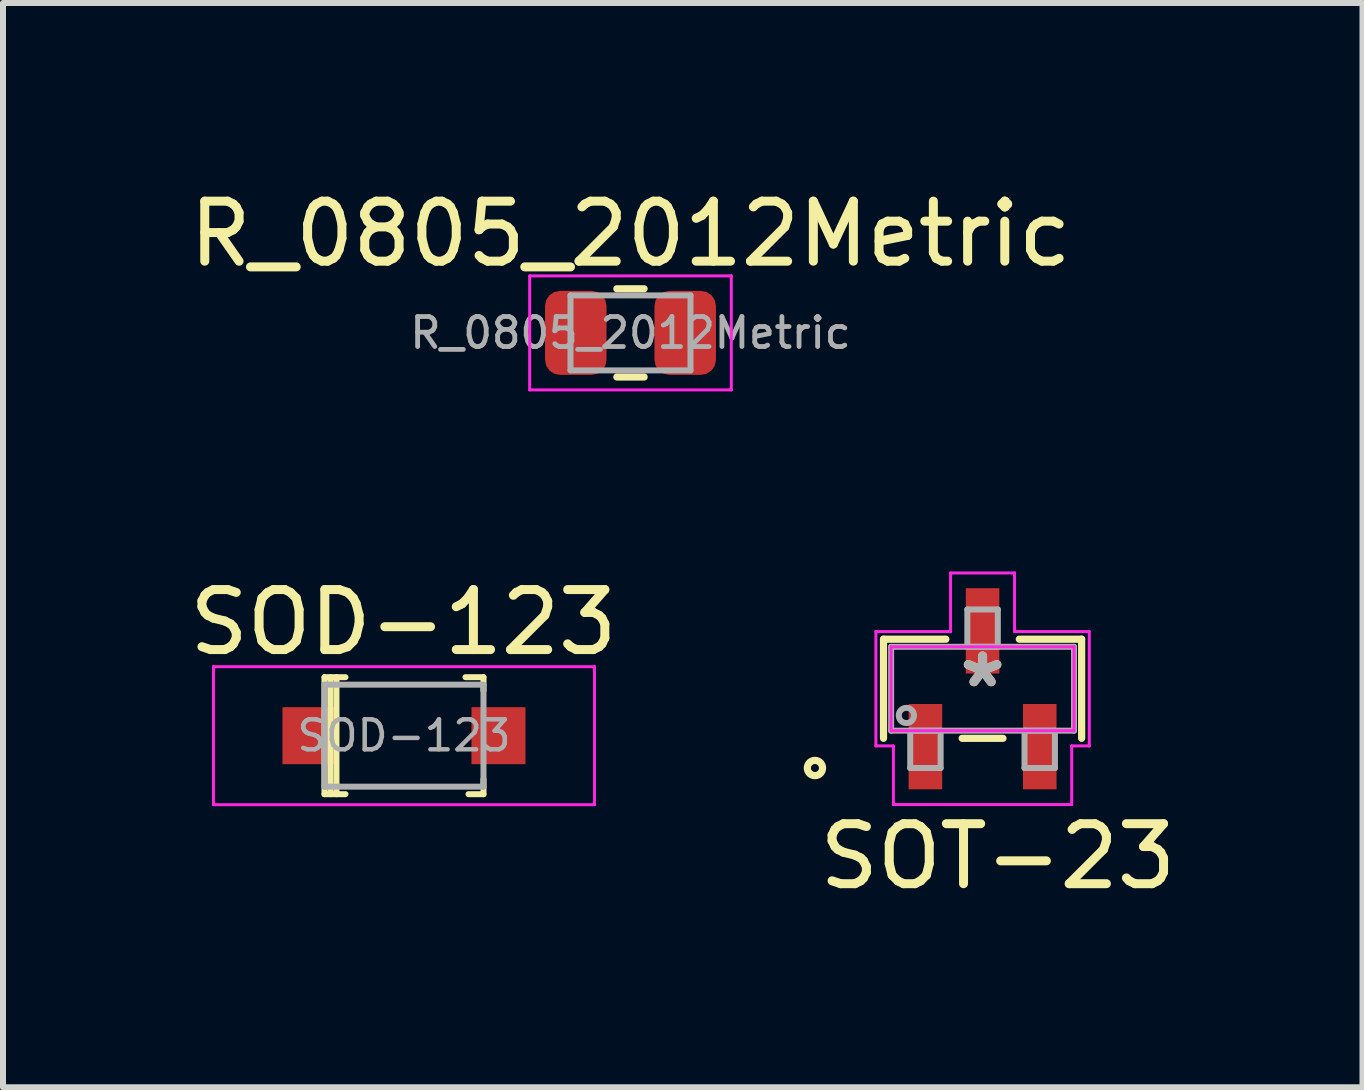
<source format=kicad_pcb>
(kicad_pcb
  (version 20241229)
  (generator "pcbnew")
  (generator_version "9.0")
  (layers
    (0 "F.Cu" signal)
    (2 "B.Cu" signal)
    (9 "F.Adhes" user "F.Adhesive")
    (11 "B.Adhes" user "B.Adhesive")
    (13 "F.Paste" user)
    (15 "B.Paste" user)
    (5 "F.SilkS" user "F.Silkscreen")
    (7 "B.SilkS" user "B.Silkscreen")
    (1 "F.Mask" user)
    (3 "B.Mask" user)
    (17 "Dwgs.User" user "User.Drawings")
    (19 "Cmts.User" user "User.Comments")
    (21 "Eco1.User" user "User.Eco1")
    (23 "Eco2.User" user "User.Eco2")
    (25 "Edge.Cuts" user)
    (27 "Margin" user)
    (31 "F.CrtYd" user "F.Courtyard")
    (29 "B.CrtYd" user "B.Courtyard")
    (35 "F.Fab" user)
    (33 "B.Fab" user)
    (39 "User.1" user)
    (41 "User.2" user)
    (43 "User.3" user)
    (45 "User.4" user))
  (footprint "SOD-123"
    (layer "F.Cu")
    (at 3.683 9.211)
    (property "Reference" "SOD-123" (at -0.01 -1.89 0) (layer "F.SilkS") (effects (font (size 1 1) (thickness 0.15))))
    (attr smd)
    (fp_line (start -1.325 -0.975) (end -1.325 0.975) (stroke (width 0.1) (type solid)) (layer "F.SilkS"))
    (fp_line (start -1.225 -0.975) (end -1.225 0.975) (stroke (width 0.1) (type solid)) (layer "F.SilkS"))
    (fp_line (start -1.125 -0.975) (end -1.125 0.975) (stroke (width 0.1) (type solid)) (layer "F.SilkS"))
    (fp_line (start -0.975 -0.975) (end -1.325 -0.975) (stroke (width 0.1) (type solid)) (layer "F.SilkS"))
    (fp_line (start -0.975 0.975) (end -1.325 0.975) (stroke (width 0.1) (type solid)) (layer "F.SilkS"))
    (fp_line (start 1.025 -0.975) (end 1.325 -0.975) (stroke (width 0.1) (type solid)) (layer "F.SilkS"))
    (fp_line (start 1.325 -0.975) (end 1.325 -0.75) (stroke (width 0.1) (type solid)) (layer "F.SilkS"))
    (fp_line (start 1.325 0.725) (end 1.325 0.975) (stroke (width 0.1) (type solid)) (layer "F.SilkS"))
    (fp_line (start 1.325 0.975) (end 1.075 0.975) (stroke (width 0.1) (type solid)) (layer "F.SilkS"))
    (fp_line (start -3.175 1.15) (end -3.175 -1.15) (stroke (width 0.05) (type solid)) (layer "F.CrtYd"))
    (fp_line (start 3.175 -1.15) (end -3.175 -1.15) (stroke (width 0.05) (type solid)) (layer "F.CrtYd"))
    (fp_line (start 3.175 -1.15) (end 3.175 1.15) (stroke (width 0.05) (type solid)) (layer "F.CrtYd"))
    (fp_line (start 3.175 1.15) (end -3.175 1.15) (stroke (width 0.05) (type solid)) (layer "F.CrtYd"))
    (fp_line (start -1.325 -0.85) (end -1.325 0.85) (stroke (width 0.1) (type solid)) (layer "F.Fab"))
    (fp_line (start -1.325 -0.85) (end 1.325 -0.85) (stroke (width 0.1) (type solid)) (layer "F.Fab"))
    (fp_line (start -1.325 0.85) (end 1.325 0.85) (stroke (width 0.1) (type solid)) (layer "F.Fab"))
    (fp_line (start 1.325 -0.85) (end 1.325 0.85) (stroke (width 0.1) (type solid)) (layer "F.Fab"))
    (fp_text user "${REFERENCE}" (at 0 0 0) (layer "F.Fab") (effects (font (size 0.5 0.5) (thickness 0.075))))
    (pad "1" smd rect (at -1.575 0) (size 0.9 0.95) (layers "F.Cu" "F.Mask" "F.Paste"))
    (pad "2" smd rect (at 1.575 0) (size 0.9 0.95) (layers "F.Cu" "F.Mask" "F.Paste")))
  (footprint "SOT-23"
    (layer "F.Cu")
    (at 13.326 8.429)
    (property "Reference" "SOT-23" (at 0.254 2.794 0) (layer "F.SilkS") (effects (font (size 1 1) (thickness 0.15))))
    (attr through_hole)
    (fp_line (start -1.651 -0.826) (end -1.651 0.826) (stroke (width 0.12) (type solid)) (layer "F.SilkS"))
    (fp_line (start -0.612 -0.826) (end -1.651 -0.826) (stroke (width 0.12) (type solid)) (layer "F.SilkS"))
    (fp_line (start -0.34 0.826) (end 0.34 0.826) (stroke (width 0.12) (type solid)) (layer "F.SilkS"))
    (fp_line (start 1.651 -0.826) (end 0.612 -0.826) (stroke (width 0.12) (type solid)) (layer "F.SilkS"))
    (fp_line (start 1.651 0.826) (end 1.651 -0.826) (stroke (width 0.12) (type solid)) (layer "F.SilkS"))
    (fp_circle (center -2.794 1.321) (end -2.667 1.321) (stroke (width 0.12) (type solid)) (fill no) (layer "F.SilkS"))
    (fp_line (start -1.778 -0.953) (end -0.533 -0.953) (stroke (width 0.05) (type solid)) (layer "F.CrtYd"))
    (fp_line (start -1.778 0.953) (end -1.778 -0.953) (stroke (width 0.05) (type solid)) (layer "F.CrtYd"))
    (fp_line (start -1.524 -0.699) (end 1.524 -0.699) (stroke (width 0.05) (type solid)) (layer "F.CrtYd"))
    (fp_line (start -1.524 0.699) (end -1.524 -0.699) (stroke (width 0.05) (type solid)) (layer "F.CrtYd"))
    (fp_line (start -1.486 0.953) (end -1.778 0.953) (stroke (width 0.05) (type solid)) (layer "F.CrtYd"))
    (fp_line (start -1.486 1.93) (end -1.486 0.953) (stroke (width 0.05) (type solid)) (layer "F.CrtYd"))
    (fp_line (start -0.533 -1.93) (end 0.533 -1.93) (stroke (width 0.05) (type solid)) (layer "F.CrtYd"))
    (fp_line (start -0.533 -0.953) (end -0.533 -1.93) (stroke (width 0.05) (type solid)) (layer "F.CrtYd"))
    (fp_line (start 0.533 -1.93) (end 0.533 -0.953) (stroke (width 0.05) (type solid)) (layer "F.CrtYd"))
    (fp_line (start 0.533 -0.953) (end 1.778 -0.953) (stroke (width 0.05) (type solid)) (layer "F.CrtYd"))
    (fp_line (start 1.486 0.953) (end 1.486 1.93) (stroke (width 0.05) (type solid)) (layer "F.CrtYd"))
    (fp_line (start 1.486 1.93) (end -1.486 1.93) (stroke (width 0.05) (type solid)) (layer "F.CrtYd"))
    (fp_line (start 1.524 -0.699) (end 1.524 0.699) (stroke (width 0.05) (type solid)) (layer "F.CrtYd"))
    (fp_line (start 1.524 0.699) (end -1.524 0.699) (stroke (width 0.05) (type solid)) (layer "F.CrtYd"))
    (fp_line (start 1.778 -0.953) (end 1.778 0.953) (stroke (width 0.05) (type solid)) (layer "F.CrtYd"))
    (fp_line (start 1.778 0.953) (end 1.486 0.953) (stroke (width 0.05) (type solid)) (layer "F.CrtYd"))
    (fp_line (start -1.524 -0.699) (end -1.524 0.699) (stroke (width 0.1) (type solid)) (layer "F.Fab"))
    (fp_line (start -1.524 0.699) (end 1.524 0.699) (stroke (width 0.1) (type solid)) (layer "F.Fab"))
    (fp_line (start -1.206 0.699) (end -1.206 1.321) (stroke (width 0.1) (type solid)) (layer "F.Fab"))
    (fp_line (start -1.206 1.321) (end -0.699 1.321) (stroke (width 0.1) (type solid)) (layer "F.Fab"))
    (fp_line (start -0.699 0.699) (end -1.206 0.699) (stroke (width 0.1) (type solid)) (layer "F.Fab"))
    (fp_line (start -0.699 1.321) (end -0.699 0.699) (stroke (width 0.1) (type solid)) (layer "F.Fab"))
    (fp_line (start -0.254 -1.321) (end -0.254 -0.699) (stroke (width 0.1) (type solid)) (layer "F.Fab"))
    (fp_line (start -0.254 -0.699) (end 0.254 -0.699) (stroke (width 0.1) (type solid)) (layer "F.Fab"))
    (fp_line (start 0.254 -1.321) (end -0.254 -1.321) (stroke (width 0.1) (type solid)) (layer "F.Fab"))
    (fp_line (start 0.254 -0.699) (end 0.254 -1.321) (stroke (width 0.1) (type solid)) (layer "F.Fab"))
    (fp_line (start 0.699 0.699) (end 0.699 1.321) (stroke (width 0.1) (type solid)) (layer "F.Fab"))
    (fp_line (start 0.699 1.321) (end 1.206 1.321) (stroke (width 0.1) (type solid)) (layer "F.Fab"))
    (fp_line (start 1.206 0.699) (end 0.699 0.699) (stroke (width 0.1) (type solid)) (layer "F.Fab"))
    (fp_line (start 1.206 1.321) (end 1.206 0.699) (stroke (width 0.1) (type solid)) (layer "F.Fab"))
    (fp_line (start 1.524 -0.699) (end -1.524 -0.699) (stroke (width 0.1) (type solid)) (layer "F.Fab"))
    (fp_line (start 1.524 0.699) (end 1.524 -0.699) (stroke (width 0.1) (type solid)) (layer "F.Fab"))
    (fp_circle (center -1.27 0.445) (end -1.143 0.445) (stroke (width 0.1) (type solid)) (fill no) (layer "F.Fab"))
    (fp_text user "*" (at 0 0 0) (layer "F.SilkS") (effects (font (size 1 1) (thickness 0.15))))
    (fp_text user "*" (at 0 0 0) (layer "F.Fab") (effects (font (size 1 1) (thickness 0.15))))
    (pad "1" smd rect (at -0.953 0.965) (size 0.559 1.422) (layers "F.Cu" "F.Mask" "F.Paste"))
    (pad "2" smd rect (at 0.953 0.965) (size 0.559 1.422) (layers "F.Cu" "F.Mask" "F.Paste"))
    (pad "3" smd rect (at 0 -0.965) (size 0.559 1.422) (layers "F.Cu" "F.Mask" "F.Paste")))
  (footprint "R_0805_2012Metric"
    (layer "F.Cu")
    (at 7.458 2.498)
    (property "Reference" "R_0805_2012Metric" (at 0 -1.65 0) (layer "F.SilkS") (effects (font (size 1 1) (thickness 0.15))))
    (attr smd)
    (fp_line (start -0.227 -0.735) (end 0.227 -0.735) (stroke (width 0.12) (type solid)) (layer "F.SilkS"))
    (fp_line (start -0.227 0.735) (end 0.227 0.735) (stroke (width 0.12) (type solid)) (layer "F.SilkS"))
    (fp_line (start -1.68 -0.95) (end 1.68 -0.95) (stroke (width 0.05) (type solid)) (layer "F.CrtYd"))
    (fp_line (start -1.68 0.95) (end -1.68 -0.95) (stroke (width 0.05) (type solid)) (layer "F.CrtYd"))
    (fp_line (start 1.68 -0.95) (end 1.68 0.95) (stroke (width 0.05) (type solid)) (layer "F.CrtYd"))
    (fp_line (start 1.68 0.95) (end -1.68 0.95) (stroke (width 0.05) (type solid)) (layer "F.CrtYd"))
    (fp_line (start -1 -0.625) (end 1 -0.625) (stroke (width 0.1) (type solid)) (layer "F.Fab"))
    (fp_line (start -1 0.625) (end -1 -0.625) (stroke (width 0.1) (type solid)) (layer "F.Fab"))
    (fp_line (start 1 -0.625) (end 1 0.625) (stroke (width 0.1) (type solid)) (layer "F.Fab"))
    (fp_line (start 1 0.625) (end -1 0.625) (stroke (width 0.1) (type solid)) (layer "F.Fab"))
    (fp_text user "${REFERENCE}" (at 0 0 0) (layer "F.Fab") (effects (font (size 0.5 0.5) (thickness 0.08))))
    (pad "1" smd roundrect (at -0.912 0) (size 1.025 1.4) (layers "F.Cu" "F.Mask" "F.Paste") (roundrect_rratio 0.244))
    (pad "2" smd roundrect (at 0.912 0) (size 1.025 1.4) (layers "F.Cu" "F.Mask" "F.Paste") (roundrect_rratio 0.244)))
  (gr_rect
    (start -3 -3)
    (end 19.658 15.071)
    (stroke (width 0.1) (type default))
    (fill no)
    (layer "Edge.Cuts")))
</source>
